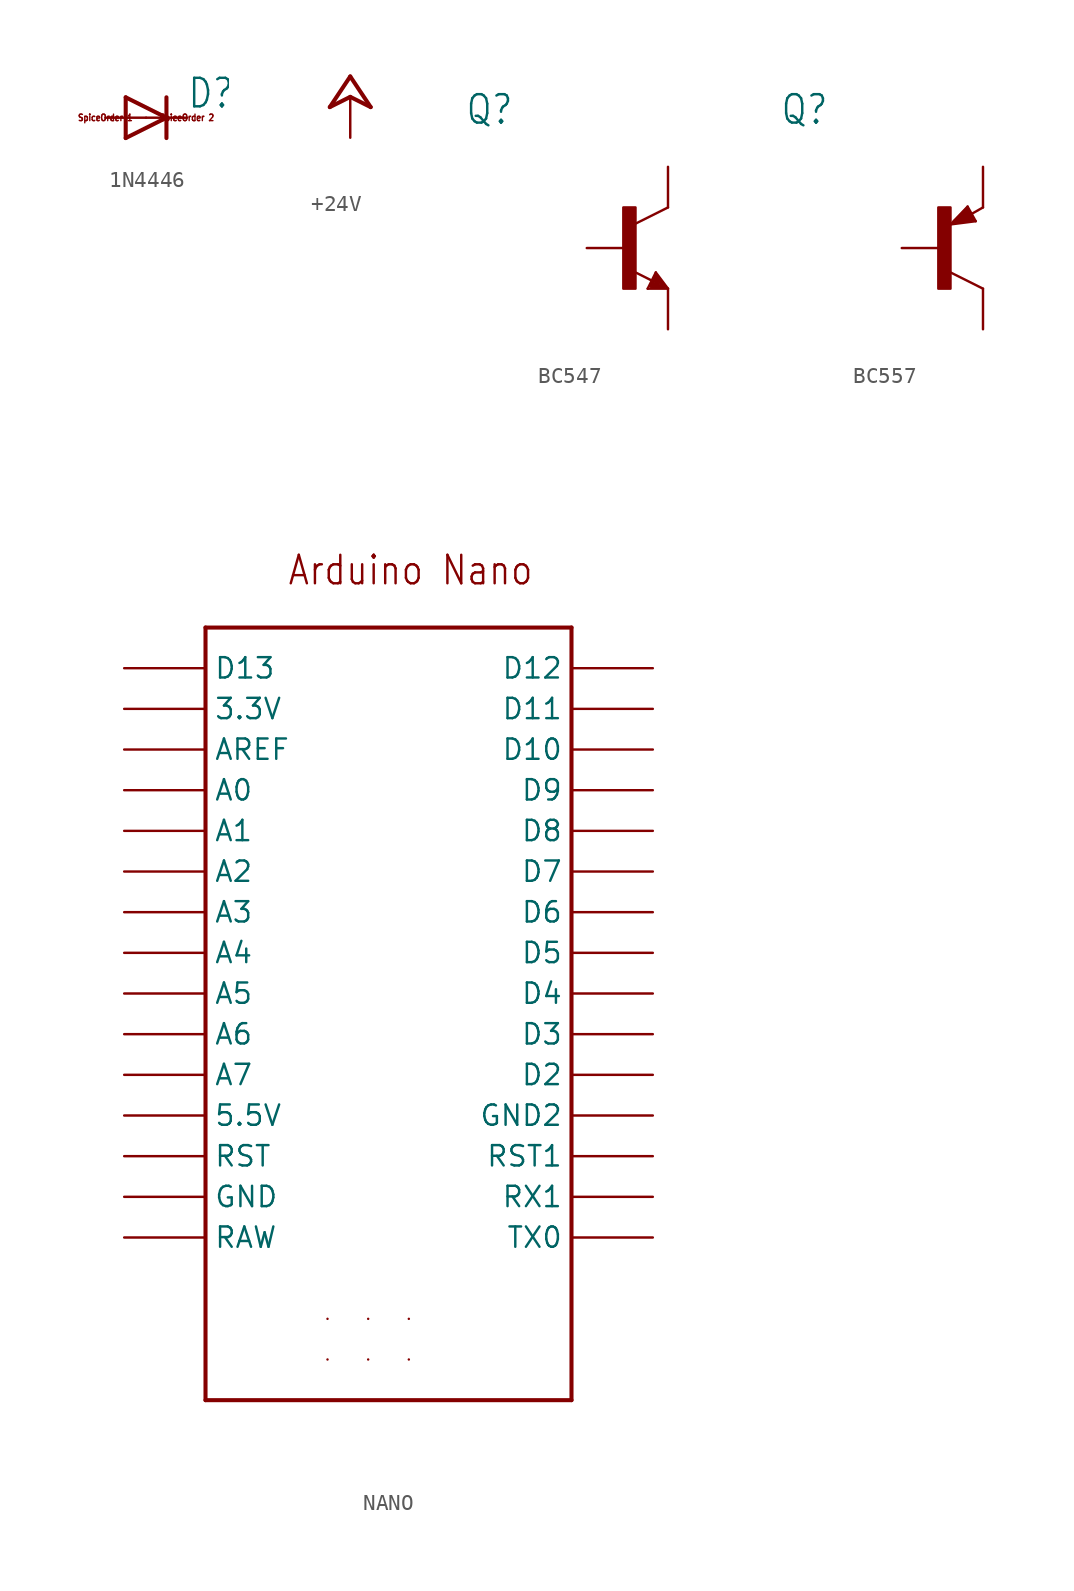
<source format=kicad_sym>
(kicad_symbol_lib
  (version 20231120)
  (generator "kicad_symbol_editor")
  (generator_version "8.0")
  (symbol "1N4446"
    (property "Reference" "D"
      (at 2.54 0.483 0)
      (effects (font (size 1.778 1.511)) (justify left bottom)))
    (property "Value" ""
      (at 2.54 -2.311 0)
      (effects (font (size 1.778 1.511)) (justify left bottom)))
    (property "ki_locked" ""
      (at 0 0 0)
      (effects (font (size 1.27 1.27))))
    (symbol "1N4446_1_0"
      (polyline (pts (xy -1.27 -1.27) (xy 1.27 0)) (stroke (width 0.254) (type solid)) (fill (type none)))
      (polyline (pts (xy -1.27 1.27) (xy -1.27 -1.27)) (stroke (width 0.254) (type solid)) (fill (type none)))
      (polyline (pts (xy 1.27 0) (xy -1.27 1.27)) (stroke (width 0.254) (type solid)) (fill (type none)))
      (polyline (pts (xy 1.27 0) (xy 1.27 -1.27)) (stroke (width 0.254) (type solid)) (fill (type none)))
      (polyline (pts (xy 1.27 1.27) (xy 1.27 0)) (stroke (width 0.254) (type solid)) (fill (type none)))
      (text "SpiceOrder 1" (at -2.54 0 0) (effects (font (size 0.406 0.345))))
      (text "SpiceOrder 2" (at 2.54 0 0) (effects (font (size 0.406 0.345))))
      (pin passive line (at -2.54 0 0) (length 2.54) (name "A" (effects (font (size 0 0)))) (number "A" (effects (font (size 0 0)))))
      (pin passive line (at 2.54 0 180) (length 2.54) (name "C" (effects (font (size 0 0)))) (number "C" (effects (font (size 0 0)))))))
  (symbol "+24V"
    (power)
    (property "Reference" "#P+"
      (at 0 0 0)
      (effects (font (size 1.27 1.27)) (hide yes)))
    (property "Value" ""
      (at -2.54 -5.08 90)
      (effects (font (size 1.778 1.511)) (justify left bottom)))
    (property "ki_locked" ""
      (at 0 0 0)
      (effects (font (size 1.27 1.27))))
    (symbol "+24V_1_0"
      (polyline (pts (xy 0 0) (xy -1.27 -0.635)) (stroke (width 0.254) (type solid)) (fill (type none)))
      (polyline (pts (xy 0 1.27) (xy -1.27 -0.635)) (stroke (width 0.254) (type solid)) (fill (type none)))
      (polyline (pts (xy 1.27 -0.635) (xy 0 0)) (stroke (width 0.254) (type solid)) (fill (type none)))
      (polyline (pts (xy 1.27 -0.635) (xy 0 1.27)) (stroke (width 0.254) (type solid)) (fill (type none)))
      (pin power_in line (at 0 -2.54 90) (length 2.54) (name "+24V" (effects (font (size 0 0)))) (number "1" (effects (font (size 0 0)))))))
  (symbol "BC547"
    (property "Reference" "Q"
      (at -10.16 7.62 0)
      (effects (font (size 1.778 1.511)) (justify left bottom)))
    (property "Value" ""
      (at -10.16 5.08 0)
      (effects (font (size 1.778 1.511)) (justify left bottom)))
    (property "ki_locked" ""
      (at 0 0 0)
      (effects (font (size 1.27 1.27))))
    (symbol "BC547_1_0"
      (rectangle (start -0.254 -2.54) (end 0.508 2.54) (stroke (width 0) (type default)) (fill (type outline)))
      (polyline (pts (xy 1.27 -2.54) (xy 1.778 -1.524)) (stroke (width 0.152) (type solid)) (fill (type none)))
      (polyline (pts (xy 1.524 -2.413) (xy 2.286 -2.413)) (stroke (width 0.254) (type solid)) (fill (type none)))
      (polyline (pts (xy 1.524 -2.286) (xy 1.905 -2.286)) (stroke (width 0.254) (type solid)) (fill (type none)))
      (polyline (pts (xy 1.54 -2.04) (xy 0.308 -1.424)) (stroke (width 0.152) (type solid)) (fill (type none)))
      (polyline (pts (xy 1.778 -1.778) (xy 1.524 -2.286)) (stroke (width 0.254) (type solid)) (fill (type none)))
      (polyline (pts (xy 1.778 -1.524) (xy 2.54 -2.54)) (stroke (width 0.152) (type solid)) (fill (type none)))
      (polyline (pts (xy 1.905 -2.286) (xy 1.778 -2.032)) (stroke (width 0.254) (type solid)) (fill (type none)))
      (polyline (pts (xy 2.286 -2.413) (xy 1.778 -1.778)) (stroke (width 0.254) (type solid)) (fill (type none)))
      (polyline (pts (xy 2.54 -2.54) (xy 1.27 -2.54)) (stroke (width 0.152) (type solid)) (fill (type none)))
      (polyline (pts (xy 2.54 2.54) (xy 0.508 1.524)) (stroke (width 0.152) (type solid)) (fill (type none)))
      (pin passive line (at 2.54 -5.08 90) (length 2.54) (name "E" (effects (font (size 0 0)))) (number "1" (effects (font (size 0 0)))))
      (pin passive line (at -2.54 0 0) (length 2.54) (name "B" (effects (font (size 0 0)))) (number "2" (effects (font (size 0 0)))))
      (pin passive line (at 2.54 5.08 270) (length 2.54) (name "C" (effects (font (size 0 0)))) (number "3" (effects (font (size 0 0)))))))
  (symbol "BC557"
    (property "Reference" "Q"
      (at -10.16 7.62 0)
      (effects (font (size 1.778 1.511)) (justify left bottom)))
    (property "Value" ""
      (at -10.16 5.08 0)
      (effects (font (size 1.778 1.511)) (justify left bottom)))
    (property "ki_locked" ""
      (at 0 0 0)
      (effects (font (size 1.27 1.27))))
    (symbol "BC557_1_0"
      (rectangle (start -0.254 -2.54) (end 0.508 2.54) (stroke (width 0) (type default)) (fill (type outline)))
      (polyline (pts (xy 0.516 1.478) (xy 2.086 1.678)) (stroke (width 0.152) (type solid)) (fill (type none)))
      (polyline (pts (xy 0.762 1.651) (xy 1.778 1.778)) (stroke (width 0.254) (type solid)) (fill (type none)))
      (polyline (pts (xy 1.143 1.905) (xy 1.524 1.905)) (stroke (width 0.254) (type solid)) (fill (type none)))
      (polyline (pts (xy 1.524 2.159) (xy 1.143 1.905)) (stroke (width 0.254) (type solid)) (fill (type none)))
      (polyline (pts (xy 1.524 2.413) (xy 0.762 1.651)) (stroke (width 0.254) (type solid)) (fill (type none)))
      (polyline (pts (xy 1.578 2.594) (xy 0.516 1.478)) (stroke (width 0.152) (type solid)) (fill (type none)))
      (polyline (pts (xy 1.778 1.778) (xy 1.524 2.159)) (stroke (width 0.254) (type solid)) (fill (type none)))
      (polyline (pts (xy 1.905 1.778) (xy 1.524 2.413)) (stroke (width 0.254) (type solid)) (fill (type none)))
      (polyline (pts (xy 2.086 1.678) (xy 1.578 2.594)) (stroke (width 0.152) (type solid)) (fill (type none)))
      (polyline (pts (xy 2.54 -2.54) (xy 0.508 -1.524)) (stroke (width 0.152) (type solid)) (fill (type none)))
      (polyline (pts (xy 2.54 2.54) (xy 1.808 2.124)) (stroke (width 0.152) (type solid)) (fill (type none)))
      (pin passive line (at 2.54 5.08 270) (length 2.54) (name "E" (effects (font (size 0 0)))) (number "1" (effects (font (size 0 0)))))
      (pin passive line (at -2.54 0 0) (length 2.54) (name "B" (effects (font (size 0 0)))) (number "2" (effects (font (size 0 0)))))
      (pin passive line (at 2.54 -5.08 90) (length 2.54) (name "C" (effects (font (size 0 0)))) (number "3" (effects (font (size 0 0)))))))
  (symbol "NANO"
    (property "Reference" ""
      (at 0 0 0)
      (effects (font (size 1.27 1.27)) (hide yes)))
    (property "ki_locked" ""
      (at 0 0 0)
      (effects (font (size 1.27 1.27))))
    (symbol "NANO_1_0"
      (polyline (pts (xy -17.78 -30.48) (xy 5.08 -30.48)) (stroke (width 0.254) (type solid)) (fill (type none)))
      (polyline (pts (xy -17.78 17.78) (xy -17.78 -30.48)) (stroke (width 0.254) (type solid)) (fill (type none)))
      (polyline (pts (xy 5.08 -30.48) (xy 5.08 17.78)) (stroke (width 0.254) (type solid)) (fill (type none)))
      (polyline (pts (xy 5.08 17.78) (xy -17.78 17.78)) (stroke (width 0.254) (type solid)) (fill (type none)))
      (text "Arduino Nano" (at -12.7 20.32 0) (effects (font (size 1.778 1.511)) (justify left bottom)))
      (pin bidirectional line (at -22.86 12.7 0) (length 5.08) (name "3.3V" (effects (font (size 1.27 1.27)))) (number "3.3V" (effects (font (size 0 0)))))
      (pin bidirectional line (at -22.86 -12.7 0) (length 5.08) (name "5.5V" (effects (font (size 1.27 1.27)))) (number "5V" (effects (font (size 0 0)))))
      (pin bidirectional line (at -22.86 7.62 0) (length 5.08) (name "A0" (effects (font (size 1.27 1.27)))) (number "A0" (effects (font (size 0 0)))))
      (pin bidirectional line (at -22.86 5.08 0) (length 5.08) (name "A1" (effects (font (size 1.27 1.27)))) (number "A1" (effects (font (size 0 0)))))
      (pin bidirectional line (at -22.86 2.54 0) (length 5.08) (name "A2" (effects (font (size 1.27 1.27)))) (number "A2" (effects (font (size 0 0)))))
      (pin bidirectional line (at -22.86 0 0) (length 5.08) (name "A3" (effects (font (size 1.27 1.27)))) (number "A3" (effects (font (size 0 0)))))
      (pin bidirectional line (at -22.86 -2.54 0) (length 5.08) (name "A4" (effects (font (size 1.27 1.27)))) (number "A4" (effects (font (size 0 0)))))
      (pin bidirectional line (at -22.86 -5.08 0) (length 5.08) (name "A5" (effects (font (size 1.27 1.27)))) (number "A5" (effects (font (size 0 0)))))
      (pin bidirectional line (at -22.86 -7.62 0) (length 5.08) (name "A6" (effects (font (size 1.27 1.27)))) (number "A6" (effects (font (size 0 0)))))
      (pin bidirectional line (at -22.86 -10.16 0) (length 5.08) (name "A7" (effects (font (size 1.27 1.27)))) (number "A7" (effects (font (size 0 0)))))
      (pin bidirectional line (at -22.86 10.16 0) (length 5.08) (name "AREF" (effects (font (size 1.27 1.27)))) (number "AREF" (effects (font (size 0 0)))))
      (pin bidirectional line (at 10.16 10.16 180) (length 5.08) (name "D10" (effects (font (size 1.27 1.27)))) (number "D10" (effects (font (size 0 0)))))
      (pin bidirectional line (at 10.16 12.7 180) (length 5.08) (name "D11" (effects (font (size 1.27 1.27)))) (number "D11" (effects (font (size 0 0)))))
      (pin bidirectional line (at 10.16 15.24 180) (length 5.08) (name "D12" (effects (font (size 1.27 1.27)))) (number "D12" (effects (font (size 0 0)))))
      (pin bidirectional line (at -22.86 15.24 0) (length 5.08) (name "D13" (effects (font (size 1.27 1.27)))) (number "D13" (effects (font (size 0 0)))))
      (pin bidirectional line (at 10.16 -10.16 180) (length 5.08) (name "D2" (effects (font (size 1.27 1.27)))) (number "D2" (effects (font (size 0 0)))))
      (pin bidirectional line (at 10.16 -7.62 180) (length 5.08) (name "D3" (effects (font (size 1.27 1.27)))) (number "D3" (effects (font (size 0 0)))))
      (pin bidirectional line (at 10.16 -5.08 180) (length 5.08) (name "D4" (effects (font (size 1.27 1.27)))) (number "D4" (effects (font (size 0 0)))))
      (pin bidirectional line (at 10.16 -2.54 180) (length 5.08) (name "D5" (effects (font (size 1.27 1.27)))) (number "D5" (effects (font (size 0 0)))))
      (pin bidirectional line (at 10.16 0 180) (length 5.08) (name "D6" (effects (font (size 1.27 1.27)))) (number "D6" (effects (font (size 0 0)))))
      (pin bidirectional line (at 10.16 2.54 180) (length 5.08) (name "D7" (effects (font (size 1.27 1.27)))) (number "D7" (effects (font (size 0 0)))))
      (pin bidirectional line (at 10.16 5.08 180) (length 5.08) (name "D8" (effects (font (size 1.27 1.27)))) (number "D8" (effects (font (size 0 0)))))
      (pin bidirectional line (at 10.16 7.62 180) (length 5.08) (name "D9" (effects (font (size 1.27 1.27)))) (number "D9" (effects (font (size 0 0)))))
      (pin bidirectional line (at -22.86 -17.78 0) (length 5.08) (name "GND" (effects (font (size 1.27 1.27)))) (number "GND" (effects (font (size 0 0)))))
      (pin bidirectional line (at 10.16 -12.7 180) (length 5.08) (name "GND2" (effects (font (size 1.27 1.27)))) (number "GND1" (effects (font (size 0 0)))))
      (pin bidirectional line (at -10.16 -27.94 270) (length 0) (name "ICSP1" (effects (font (size 0 0)))) (number "ICSP1" (effects (font (size 0 0)))))
      (pin bidirectional line (at -10.16 -25.4 270) (length 0) (name "ICSP2" (effects (font (size 0 0)))) (number "ICSP2" (effects (font (size 0 0)))))
      (pin bidirectional line (at -7.62 -27.94 270) (length 0) (name "ICSP3" (effects (font (size 0 0)))) (number "ICSP3" (effects (font (size 0 0)))))
      (pin bidirectional line (at -7.62 -25.4 270) (length 0) (name "ICSP4" (effects (font (size 0 0)))) (number "ICSP4" (effects (font (size 0 0)))))
      (pin bidirectional line (at -5.08 -27.94 270) (length 0) (name "ICSP5" (effects (font (size 0 0)))) (number "ICSP5" (effects (font (size 0 0)))))
      (pin bidirectional line (at -5.08 -25.4 270) (length 0) (name "ICSP6" (effects (font (size 0 0)))) (number "ICSP6" (effects (font (size 0 0)))))
      (pin bidirectional line (at -22.86 -20.32 0) (length 5.08) (name "RAW" (effects (font (size 1.27 1.27)))) (number "RAW" (effects (font (size 0 0)))))
      (pin bidirectional line (at -22.86 -15.24 0) (length 5.08) (name "RST" (effects (font (size 1.27 1.27)))) (number "RST" (effects (font (size 0 0)))))
      (pin bidirectional line (at 10.16 -15.24 180) (length 5.08) (name "RST1" (effects (font (size 1.27 1.27)))) (number "RST1" (effects (font (size 0 0)))))
      (pin bidirectional line (at 10.16 -17.78 180) (length 5.08) (name "RX1" (effects (font (size 1.27 1.27)))) (number "RX1" (effects (font (size 0 0)))))
      (pin bidirectional line (at 10.16 -20.32 180) (length 5.08) (name "TX0" (effects (font (size 1.27 1.27)))) (number "TX0" (effects (font (size 0 0))))))))
</source>
